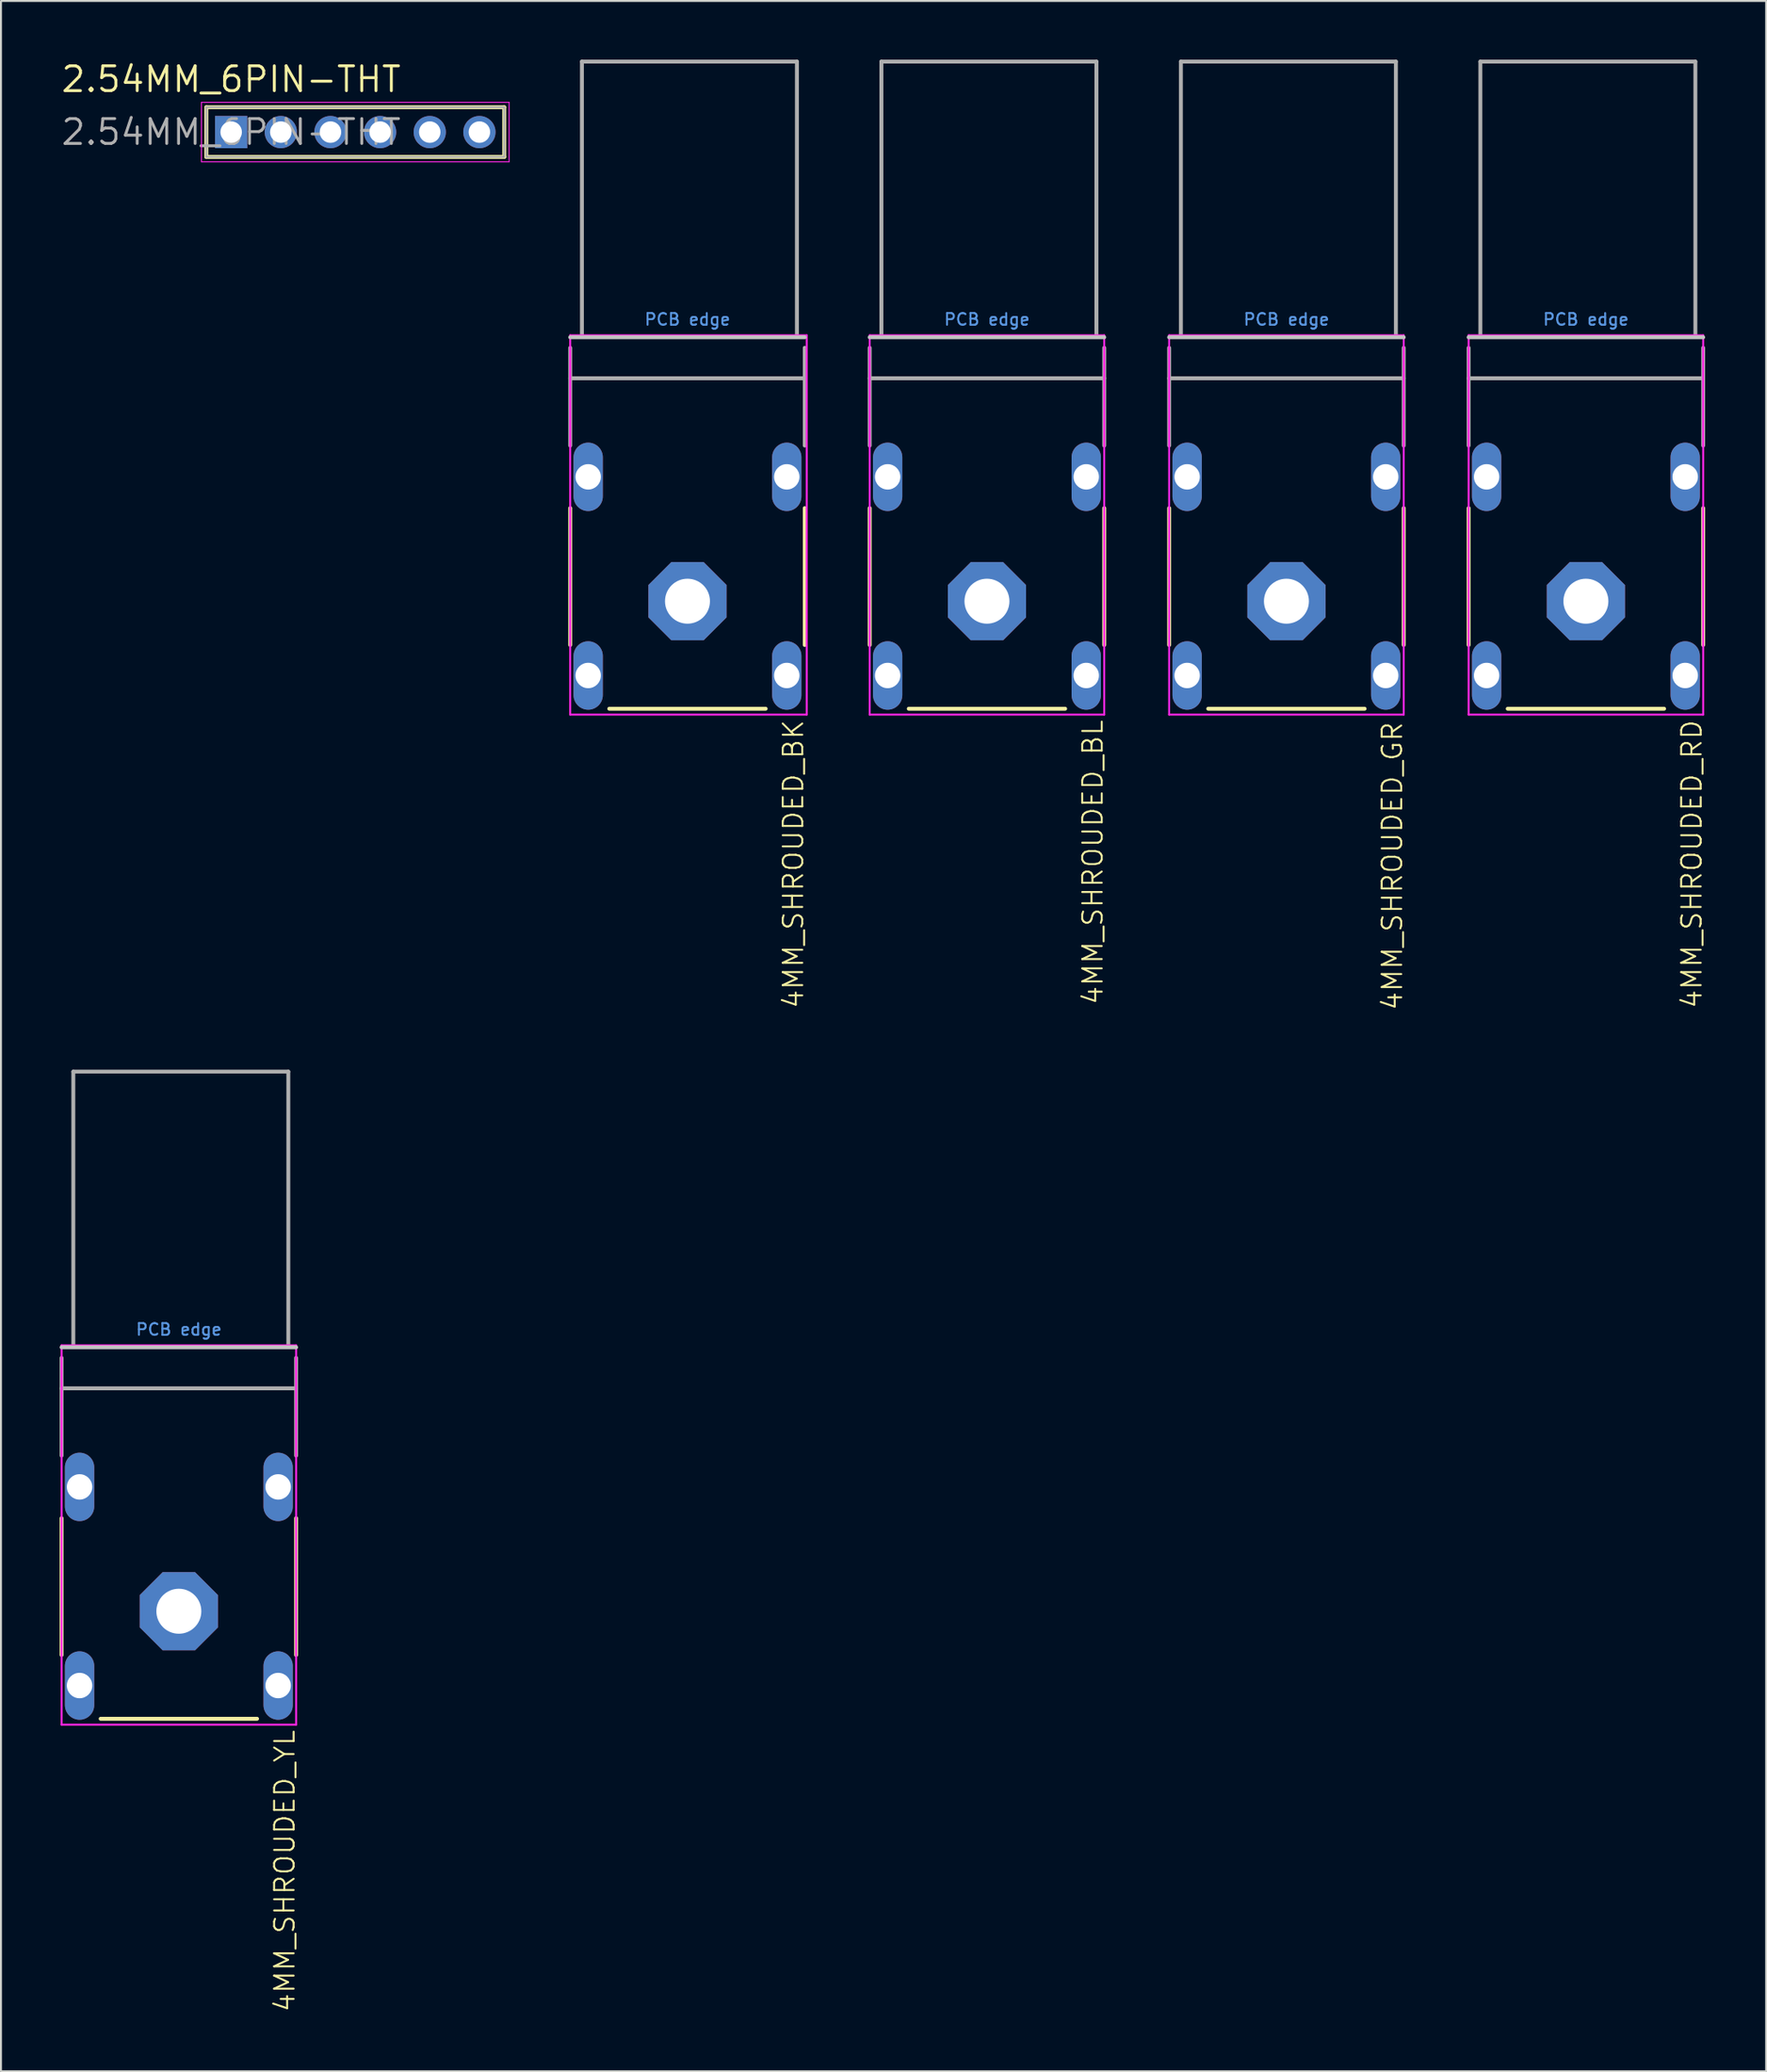
<source format=kicad_pcb>
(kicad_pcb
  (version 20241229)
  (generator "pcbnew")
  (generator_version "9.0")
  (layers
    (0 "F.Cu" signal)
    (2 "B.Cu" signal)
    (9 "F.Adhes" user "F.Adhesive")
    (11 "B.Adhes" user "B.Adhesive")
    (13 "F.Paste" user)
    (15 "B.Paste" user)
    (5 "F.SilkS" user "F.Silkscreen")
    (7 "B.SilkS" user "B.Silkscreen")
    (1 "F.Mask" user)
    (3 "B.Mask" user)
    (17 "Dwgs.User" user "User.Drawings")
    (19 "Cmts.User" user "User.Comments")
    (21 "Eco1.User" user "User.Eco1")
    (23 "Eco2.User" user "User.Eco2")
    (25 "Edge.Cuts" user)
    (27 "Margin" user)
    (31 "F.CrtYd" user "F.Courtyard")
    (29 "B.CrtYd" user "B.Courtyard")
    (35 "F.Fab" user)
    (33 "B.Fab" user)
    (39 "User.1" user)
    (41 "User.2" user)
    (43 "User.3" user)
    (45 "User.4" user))
  (footprint "4MM_SHROUDED_GR"
    (layer "F.Cu")
    (at 62.763 14.2)
    (property "Reference" "4MM_SHROUDED_GR" (at 6 19.6 90) (layer "F.SilkS") (effects (font (size 1 1) (thickness 0.1)) (justify right bottom)))
    (fp_line (start -6 15.74) (end -6 8.74) (stroke (width 0.2) (type solid)) (layer "F.SilkS"))
    (fp_line (start 4 19) (end -4 19) (stroke (width 0.2) (type solid)) (layer "F.SilkS"))
    (fp_line (start 6 15.74) (end 6 8.74) (stroke (width 0.2) (type solid)) (layer "F.SilkS"))
    (fp_line (start -6 0) (end 6 0) (stroke (width 0.2) (type solid)) (layer "Dwgs.User"))
    (fp_line (start -6 -0.1) (end 6 -0.1) (stroke (width 0.1) (type solid)) (layer "F.CrtYd"))
    (fp_line (start -6 19.3) (end -6 -0.1) (stroke (width 0.1) (type solid)) (layer "F.CrtYd"))
    (fp_line (start 6 -0.1) (end 6 19.3) (stroke (width 0.1) (type solid)) (layer "F.CrtYd"))
    (fp_line (start 6 19.3) (end -6 19.3) (stroke (width 0.1) (type solid)) (layer "F.CrtYd"))
    (fp_line (start -6 5.54) (end -6 0.54) (stroke (width 0.2) (type solid)) (layer "F.Fab"))
    (fp_line (start -5.4 -14.1) (end -5.4 -0.1) (stroke (width 0.2) (type solid)) (layer "F.Fab"))
    (fp_line (start 5.6 -14.1) (end -5.4 -14.1) (stroke (width 0.2) (type solid)) (layer "F.Fab"))
    (fp_line (start 5.6 -14.1) (end 5.6 -0.1) (stroke (width 0.2) (type solid)) (layer "F.Fab"))
    (fp_line (start 6 0.54) (end 6 5.54) (stroke (width 0.2) (type solid)) (layer "F.Fab"))
    (fp_line (start 6 2.1) (end -6 2.1) (stroke (width 0.2) (type solid)) (layer "F.Fab"))
    (fp_text user "PCB edge" (at 0 -0.56 0) (unlocked yes) (layer "Cmts.User") (effects (font (size 0.6 0.6) (thickness 0.1)) (justify bottom)))
    (pad "" np_thru_hole oval (at -5.08 7.14 270) (size 3.5 1.5) (drill 1.3) (layers "*.Cu" "*.Mask"))
    (pad "" np_thru_hole oval (at -5.08 17.3 270) (size 3.5 1.5) (drill 1.3) (layers "*.Cu" "*.Mask"))
    (pad "" np_thru_hole oval (at 5.08 7.14 270) (size 3.5 1.5) (drill 1.3) (layers "*.Cu" "*.Mask"))
    (pad "" np_thru_hole oval (at 5.08 17.3 270) (size 3.5 1.5) (drill 1.3) (layers "*.Cu" "*.Mask"))
    (pad "1" thru_hole roundrect (at 0 13.5 270) (size 4 4) (drill 2.3) (layers "*.Cu" "*.Mask") (roundrect_rratio 0) (chamfer_ratio 0.293) (chamfer top_left top_right bottom_left bottom_right)))
  (footprint "4MM_SHROUDED_BK"
    (layer "F.Cu")
    (at 32.121 14.24)
    (property "Reference" "4MM_SHROUDED_BK" (at 6 19.46 90) (layer "F.SilkS") (effects (font (size 1 1) (thickness 0.1)) (justify right bottom)))
    (attr through_hole)
    (fp_line (start -6 15.7) (end -6 8.7) (stroke (width 0.2) (type solid)) (layer "F.SilkS"))
    (fp_line (start 4 18.96) (end -4 18.96) (stroke (width 0.2) (type solid)) (layer "F.SilkS"))
    (fp_line (start 6 15.7) (end 6 8.7) (stroke (width 0.2) (type solid)) (layer "F.SilkS"))
    (fp_line (start -6 -0.04) (end 6 -0.04) (stroke (width 0.2) (type solid)) (layer "Dwgs.User"))
    (fp_line (start -6 -0.14) (end 6.1 -0.14) (stroke (width 0.1) (type solid)) (layer "F.CrtYd"))
    (fp_line (start -6 19.26) (end -6 -0.14) (stroke (width 0.1) (type solid)) (layer "F.CrtYd"))
    (fp_line (start 6.1 -0.14) (end 6.1 19.26) (stroke (width 0.1) (type solid)) (layer "F.CrtYd"))
    (fp_line (start 6.1 19.26) (end -6 19.26) (stroke (width 0.1) (type solid)) (layer "F.CrtYd"))
    (fp_line (start -6 5.5) (end -6 0.5) (stroke (width 0.2) (type solid)) (layer "F.Fab"))
    (fp_line (start -5.4 -14.14) (end -5.4 -0.14) (stroke (width 0.2) (type solid)) (layer "F.Fab"))
    (fp_line (start 5.6 -14.14) (end -5.4 -14.14) (stroke (width 0.2) (type solid)) (layer "F.Fab"))
    (fp_line (start 5.6 -14.14) (end 5.6 -0.14) (stroke (width 0.2) (type solid)) (layer "F.Fab"))
    (fp_line (start 6 0.5) (end 6 5.5) (stroke (width 0.2) (type solid)) (layer "F.Fab"))
    (fp_line (start 6 2.06) (end -6 2.06) (stroke (width 0.2) (type solid)) (layer "F.Fab"))
    (fp_text user "PCB edge" (at 0 -0.6 0) (unlocked yes) (layer "Cmts.User") (effects (font (size 0.6 0.6) (thickness 0.1)) (justify bottom)))
    (pad "" np_thru_hole oval (at -5.08 7.1 270) (size 3.5 1.5) (drill 1.3) (layers "*.Cu" "*.Mask"))
    (pad "" np_thru_hole oval (at -5.08 17.26 270) (size 3.5 1.5) (drill 1.3) (layers "*.Cu" "*.Mask"))
    (pad "" np_thru_hole oval (at 5.08 7.1 270) (size 3.5 1.5) (drill 1.3) (layers "*.Cu" "*.Mask"))
    (pad "" np_thru_hole oval (at 5.08 17.26 270) (size 3.5 1.5) (drill 1.3) (layers "*.Cu" "*.Mask"))
    (pad "1" thru_hole roundrect (at 0 13.46 270) (size 4 4) (drill 2.3) (layers "*.Cu" "*.Mask") (roundrect_rratio 0) (chamfer_ratio 0.293) (chamfer top_left top_right bottom_left bottom_right)))
  (footprint "2.54MM_6PIN-THT"
    (layer "F.Cu")
    (at 8.776 3.706)
    (property "Reference" "2.54MM_6PIN-THT" (at 0 -2.7 0) (layer "F.SilkS") (effects (font (size 1.27 1.27) (thickness 0.15))))
    (attr through_hole)
    (fp_line (start -1.27 -1.27) (end -1.27 1.27) (stroke (width 0.2) (type solid)) (layer "F.SilkS"))
    (fp_line (start 13.97 -1.27) (end -1.27 -1.27) (stroke (width 0.2) (type solid)) (layer "F.SilkS"))
    (fp_line (start 13.97 -1.27) (end 13.97 1.27) (stroke (width 0.2) (type solid)) (layer "F.SilkS"))
    (fp_line (start 13.97 1.27) (end -1.27 1.27) (stroke (width 0.2) (type solid)) (layer "F.SilkS"))
    (fp_line (start -1.52 -1.52) (end 14.22 -1.52) (stroke (width 0.05) (type solid)) (layer "F.CrtYd"))
    (fp_line (start -1.52 1.52) (end -1.52 -1.52) (stroke (width 0.05) (type solid)) (layer "F.CrtYd"))
    (fp_line (start 14.22 -1.52) (end 14.22 1.52) (stroke (width 0.05) (type solid)) (layer "F.CrtYd"))
    (fp_line (start 14.22 1.52) (end -1.52 1.52) (stroke (width 0.05) (type solid)) (layer "F.CrtYd"))
    (fp_line (start -1.27 -1.27) (end 13.97 -1.27) (stroke (width 0.1) (type solid)) (layer "F.Fab"))
    (fp_line (start -1.27 1.27) (end -1.27 -1.27) (stroke (width 0.1) (type solid)) (layer "F.Fab"))
    (fp_line (start 13.97 -1.27) (end 13.97 1.27) (stroke (width 0.1) (type solid)) (layer "F.Fab"))
    (fp_line (start 13.97 1.27) (end -1.27 1.27) (stroke (width 0.1) (type solid)) (layer "F.Fab"))
    (fp_text user "${REFERENCE}" (at 0 0 0) (layer "F.Fab") (effects (font (size 1.27 1.27) (thickness 0.15))))
    (pad "1" thru_hole rect (at 0 0) (size 1.65 1.65) (drill 1.1) (layers "*.Cu" "*.Mask"))
    (pad "2" thru_hole circle (at 2.54 0) (size 1.65 1.65) (drill 1.1) (layers "*.Cu" "*.Mask"))
    (pad "3" thru_hole circle (at 5.08 0) (size 1.65 1.65) (drill 1.1) (layers "*.Cu" "*.Mask"))
    (pad "4" thru_hole circle (at 7.62 0) (size 1.65 1.65) (drill 1.1) (layers "*.Cu" "*.Mask"))
    (pad "5" thru_hole circle (at 10.16 0) (size 1.65 1.65) (drill 1.1) (layers "*.Cu" "*.Mask"))
    (pad "6" thru_hole circle (at 12.7 0) (size 1.65 1.65) (drill 1.1) (layers "*.Cu" "*.Mask")))
  (footprint "4MM_SHROUDED_BL"
    (layer "F.Cu")
    (at 47.442 14.2)
    (property "Reference" "4MM_SHROUDED_BL" (at 6 19.5 90) (layer "F.SilkS") (effects (font (size 1 1) (thickness 0.1)) (justify right bottom)))
    (attr through_hole)
    (fp_line (start -6 15.74) (end -6 8.74) (stroke (width 0.2) (type solid)) (layer "F.SilkS"))
    (fp_line (start 4 19) (end -4 19) (stroke (width 0.2) (type solid)) (layer "F.SilkS"))
    (fp_line (start 6 15.74) (end 6 8.74) (stroke (width 0.2) (type solid)) (layer "F.SilkS"))
    (fp_line (start -6 0) (end 6 0) (stroke (width 0.2) (type solid)) (layer "Dwgs.User"))
    (fp_line (start -6 -0.1) (end 6 -0.1) (stroke (width 0.1) (type solid)) (layer "F.CrtYd"))
    (fp_line (start -6 19.3) (end -6 -0.1) (stroke (width 0.1) (type solid)) (layer "F.CrtYd"))
    (fp_line (start 6 -0.1) (end 6 19.3) (stroke (width 0.1) (type solid)) (layer "F.CrtYd"))
    (fp_line (start 6 19.3) (end -6 19.3) (stroke (width 0.1) (type solid)) (layer "F.CrtYd"))
    (fp_line (start -6 5.54) (end -6 0.54) (stroke (width 0.2) (type solid)) (layer "F.Fab"))
    (fp_line (start -5.4 -14.1) (end -5.4 -0.1) (stroke (width 0.2) (type solid)) (layer "F.Fab"))
    (fp_line (start 5.6 -14.1) (end -5.4 -14.1) (stroke (width 0.2) (type solid)) (layer "F.Fab"))
    (fp_line (start 5.6 -14.1) (end 5.6 -0.1) (stroke (width 0.2) (type solid)) (layer "F.Fab"))
    (fp_line (start 6 0.54) (end 6 5.54) (stroke (width 0.2) (type solid)) (layer "F.Fab"))
    (fp_line (start 6 2.1) (end -6 2.1) (stroke (width 0.2) (type solid)) (layer "F.Fab"))
    (fp_text user "PCB edge" (at 0 -0.56 0) (unlocked yes) (layer "Cmts.User") (effects (font (size 0.6 0.6) (thickness 0.1)) (justify bottom)))
    (pad "" np_thru_hole oval (at -5.08 7.14 270) (size 3.5 1.5) (drill 1.3) (layers "*.Cu" "*.Mask"))
    (pad "" np_thru_hole oval (at -5.08 17.3 270) (size 3.5 1.5) (drill 1.3) (layers "*.Cu" "*.Mask"))
    (pad "" np_thru_hole oval (at 5.08 7.14 270) (size 3.5 1.5) (drill 1.3) (layers "*.Cu" "*.Mask"))
    (pad "" np_thru_hole oval (at 5.08 17.3 270) (size 3.5 1.5) (drill 1.3) (layers "*.Cu" "*.Mask"))
    (pad "1" thru_hole roundrect (at 0 13.5 270) (size 4 4) (drill 2.3) (layers "*.Cu" "*.Mask") (roundrect_rratio 0) (chamfer_ratio 0.293) (chamfer top_left top_right bottom_left bottom_right)))
  (footprint "4MM_SHROUDED_YL"
    (layer "F.Cu")
    (at 6.1 65.862)
    (property "Reference" "4MM_SHROUDED_YL" (at 6 19.5 90) (layer "F.SilkS") (effects (font (size 1 1) (thickness 0.1)) (justify right bottom)))
    (fp_line (start -6 15.74) (end -6 8.74) (stroke (width 0.2) (type solid)) (layer "F.SilkS"))
    (fp_line (start 4 19) (end -4 19) (stroke (width 0.2) (type solid)) (layer "F.SilkS"))
    (fp_line (start 6 15.74) (end 6 8.74) (stroke (width 0.2) (type solid)) (layer "F.SilkS"))
    (fp_line (start -6 0) (end 6 0) (stroke (width 0.2) (type solid)) (layer "Dwgs.User"))
    (fp_line (start -6 -0.1) (end 6 -0.1) (stroke (width 0.1) (type solid)) (layer "F.CrtYd"))
    (fp_line (start -6 19.3) (end -6 -0.1) (stroke (width 0.1) (type solid)) (layer "F.CrtYd"))
    (fp_line (start 6 -0.1) (end 6 19.3) (stroke (width 0.1) (type solid)) (layer "F.CrtYd"))
    (fp_line (start 6 19.3) (end -6 19.3) (stroke (width 0.1) (type solid)) (layer "F.CrtYd"))
    (fp_line (start -6 5.54) (end -6 0.54) (stroke (width 0.2) (type solid)) (layer "F.Fab"))
    (fp_line (start -5.4 -14.1) (end -5.4 -0.1) (stroke (width 0.2) (type solid)) (layer "F.Fab"))
    (fp_line (start 5.6 -14.1) (end -5.4 -14.1) (stroke (width 0.2) (type solid)) (layer "F.Fab"))
    (fp_line (start 5.6 -14.1) (end 5.6 -0.1) (stroke (width 0.2) (type solid)) (layer "F.Fab"))
    (fp_line (start 6 0.54) (end 6 5.54) (stroke (width 0.2) (type solid)) (layer "F.Fab"))
    (fp_line (start 6 2.1) (end -6 2.1) (stroke (width 0.2) (type solid)) (layer "F.Fab"))
    (fp_text user "PCB edge" (at 0 -0.56 0) (unlocked yes) (layer "Cmts.User") (effects (font (size 0.6 0.6) (thickness 0.1)) (justify bottom)))
    (pad "" np_thru_hole oval (at -5.08 7.14 270) (size 3.5 1.5) (drill 1.3) (layers "*.Cu" "*.Mask"))
    (pad "" np_thru_hole oval (at -5.08 17.3 270) (size 3.5 1.5) (drill 1.3) (layers "*.Cu" "*.Mask"))
    (pad "" np_thru_hole oval (at 5.08 7.14 270) (size 3.5 1.5) (drill 1.3) (layers "*.Cu" "*.Mask"))
    (pad "" np_thru_hole oval (at 5.08 17.3 270) (size 3.5 1.5) (drill 1.3) (layers "*.Cu" "*.Mask"))
    (pad "1" thru_hole roundrect (at 0 13.5 270) (size 4 4) (drill 2.3) (layers "*.Cu" "*.Mask") (roundrect_rratio 0) (chamfer_ratio 0.293) (chamfer top_left top_right bottom_left bottom_right)))
  (footprint "4MM_SHROUDED_RD"
    (layer "F.Cu")
    (at 78.084 14.2)
    (property "Reference" "4MM_SHROUDED_RD" (at 6 19.5 90) (layer "F.SilkS") (effects (font (size 1 1) (thickness 0.1)) (justify right bottom)))
    (fp_line (start -6 15.74) (end -6 8.74) (stroke (width 0.2) (type solid)) (layer "F.SilkS"))
    (fp_line (start 4 19) (end -4 19) (stroke (width 0.2) (type solid)) (layer "F.SilkS"))
    (fp_line (start 6 15.74) (end 6 8.74) (stroke (width 0.2) (type solid)) (layer "F.SilkS"))
    (fp_line (start -6 0) (end 6 0) (stroke (width 0.2) (type solid)) (layer "Dwgs.User"))
    (fp_line (start -6 -0.1) (end 6 -0.1) (stroke (width 0.1) (type solid)) (layer "F.CrtYd"))
    (fp_line (start -6 19.3) (end -6 -0.1) (stroke (width 0.1) (type solid)) (layer "F.CrtYd"))
    (fp_line (start 6 -0.1) (end 6 19.3) (stroke (width 0.1) (type solid)) (layer "F.CrtYd"))
    (fp_line (start 6 19.3) (end -6 19.3) (stroke (width 0.1) (type solid)) (layer "F.CrtYd"))
    (fp_line (start -6 5.54) (end -6 0.54) (stroke (width 0.2) (type solid)) (layer "F.Fab"))
    (fp_line (start -5.4 -14.1) (end -5.4 -0.1) (stroke (width 0.2) (type solid)) (layer "F.Fab"))
    (fp_line (start 5.6 -14.1) (end -5.4 -14.1) (stroke (width 0.2) (type solid)) (layer "F.Fab"))
    (fp_line (start 5.6 -14.1) (end 5.6 -0.1) (stroke (width 0.2) (type solid)) (layer "F.Fab"))
    (fp_line (start 6 0.54) (end 6 5.54) (stroke (width 0.2) (type solid)) (layer "F.Fab"))
    (fp_line (start 6 2.1) (end -6 2.1) (stroke (width 0.2) (type solid)) (layer "F.Fab"))
    (fp_text user "PCB edge" (at 0 -0.56 0) (unlocked yes) (layer "Cmts.User") (effects (font (size 0.6 0.6) (thickness 0.1)) (justify bottom)))
    (pad "" np_thru_hole oval (at -5.08 7.14 270) (size 3.5 1.5) (drill 1.3) (layers "*.Cu" "*.Mask"))
    (pad "" np_thru_hole oval (at -5.08 17.3 270) (size 3.5 1.5) (drill 1.3) (layers "*.Cu" "*.Mask"))
    (pad "" np_thru_hole oval (at 5.08 7.14 270) (size 3.5 1.5) (drill 1.3) (layers "*.Cu" "*.Mask"))
    (pad "" np_thru_hole oval (at 5.08 17.3 270) (size 3.5 1.5) (drill 1.3) (layers "*.Cu" "*.Mask"))
    (pad "1" thru_hole roundrect (at 0 13.5 270) (size 4 4) (drill 2.3) (layers "*.Cu" "*.Mask") (roundrect_rratio 0) (chamfer_ratio 0.293) (chamfer top_left top_right bottom_left bottom_right)))
  (gr_rect
    (start -3 -3)
    (end 87.305 102.89)
    (stroke (width 0.1) (type default))
    (fill no)
    (layer "Edge.Cuts")))
</source>
